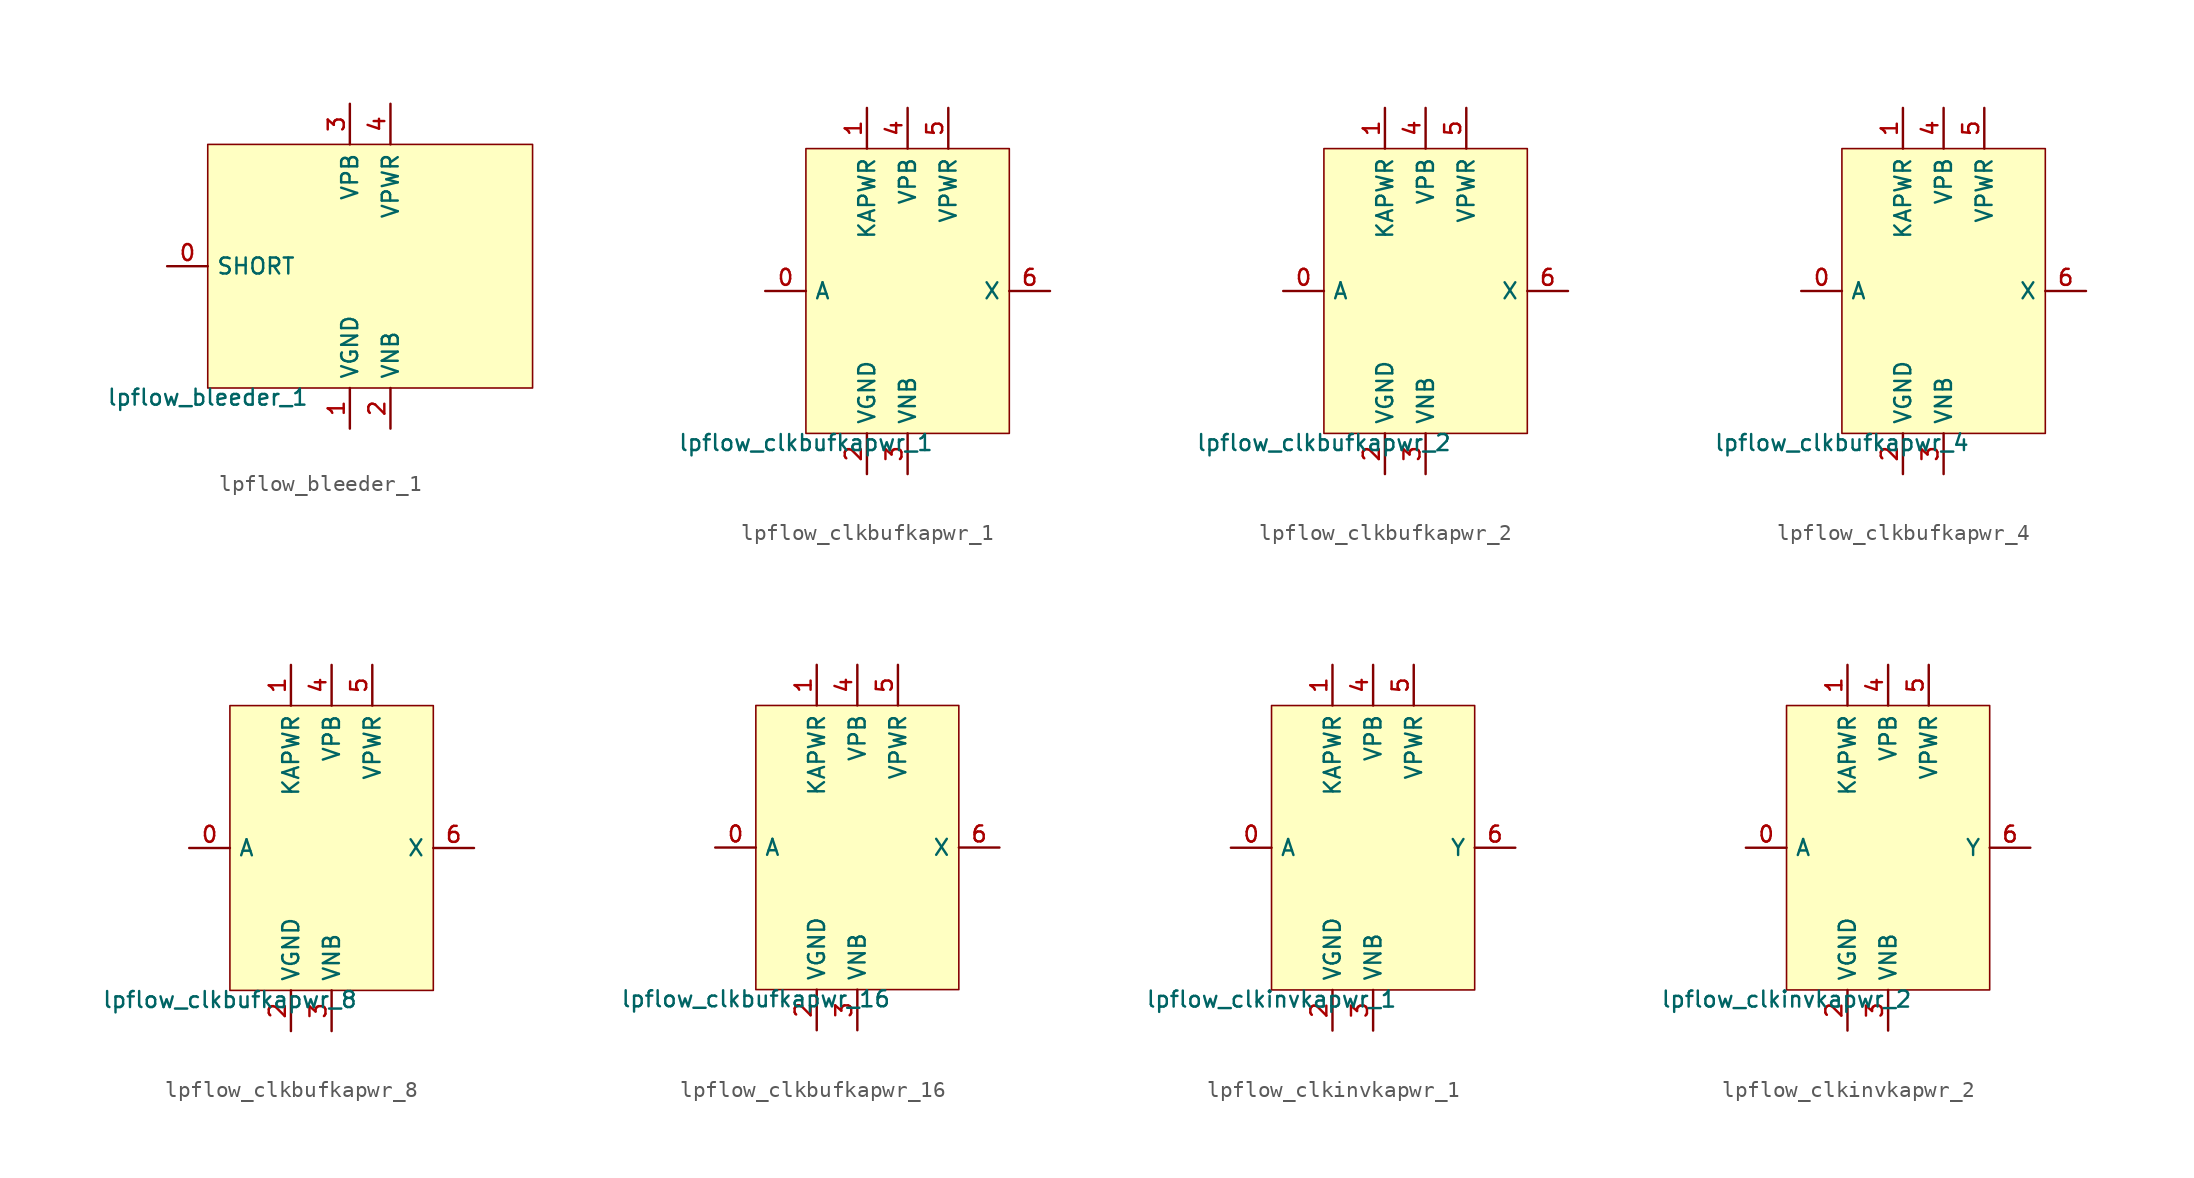
<source format=kicad_sym>
(kicad_symbol_lib
  (version 20211014)
  (generator pdk2kicad)
  (symbol "lpflow_bleeder_1"
    (property "Reference" "X"
      (at 0 0 0)
      (effects (font (size 1 1)) hide))
    (property "Value" "lpflow_bleeder_1"
      (at -10.16 -7.62 0)
      (effects (font (size 1 1)) (justify top)))
    (rectangle
      (start -10.16 -7.62)
      (end 10.16 7.62)
      (stroke (width 0.1) (type solid) (color 0 0 0 0))
      (fill (type background)))
    (pin input line
      (at -12.7 0.0 0)
      (length 2.54)
      (name "SHORT" (effects (font (size 1 1)) hide))
      (number "0" (effects (font (size 1 1)) hide)))
    (pin power_in line
      (at -1.27 -10.16 90)
      (length 2.54)
      (name "VGND" (effects (font (size 1 1)) hide))
      (number "1" (effects (font (size 1 1)) hide)))
    (pin power_in line
      (at 1.27 -10.16 90)
      (length 2.54)
      (name "VNB" (effects (font (size 1 1)) hide))
      (number "2" (effects (font (size 1 1)) hide)))
    (pin power_in line
      (at -1.27 10.16 270)
      (length 2.54)
      (name "VPB" (effects (font (size 1 1)) hide))
      (number "3" (effects (font (size 1 1)) hide)))
    (pin power_in line
      (at 1.27 10.16 270)
      (length 2.54)
      (name "VPWR" (effects (font (size 1 1)) hide))
      (number "4" (effects (font (size 1 1)) hide))))
  (symbol "lpflow_clkbufkapwr_1"
    (property "Reference" "X"
      (at 0 0 0)
      (effects (font (size 1 1)) hide))
    (property "Value" "lpflow_clkbufkapwr_1"
      (at -6.35 -8.89 0)
      (effects (font (size 1 1)) (justify top)))
    (rectangle
      (start -6.35 -8.89)
      (end 6.35 8.89)
      (stroke (width 0.1) (type solid) (color 0 0 0 0))
      (fill (type background)))
    (pin input line
      (at -8.89 8.881784197001252e-16 0)
      (length 2.54)
      (name "A" (effects (font (size 1 1)) hide))
      (number "0" (effects (font (size 1 1)) hide)))
    (pin power_in line
      (at -2.54 11.43 270)
      (length 2.54)
      (name "KAPWR" (effects (font (size 1 1)) hide))
      (number "1" (effects (font (size 1 1)) hide)))
    (pin power_in line
      (at -2.54 -11.43 90)
      (length 2.54)
      (name "VGND" (effects (font (size 1 1)) hide))
      (number "2" (effects (font (size 1 1)) hide)))
    (pin power_in line
      (at 4.440892098500626e-16 -11.43 90)
      (length 2.54)
      (name "VNB" (effects (font (size 1 1)) hide))
      (number "3" (effects (font (size 1 1)) hide)))
    (pin power_in line
      (at 4.440892098500626e-16 11.43 270)
      (length 2.54)
      (name "VPB" (effects (font (size 1 1)) hide))
      (number "4" (effects (font (size 1 1)) hide)))
    (pin power_in line
      (at 2.54 11.43 270)
      (length 2.54)
      (name "VPWR" (effects (font (size 1 1)) hide))
      (number "5" (effects (font (size 1 1)) hide)))
    (pin output line
      (at 8.89 8.881784197001252e-16 180)
      (length 2.54)
      (name "X" (effects (font (size 1 1)) hide))
      (number "6" (effects (font (size 1 1)) hide))))
  (symbol "lpflow_clkbufkapwr_2"
    (property "Reference" "X"
      (at 0 0 0)
      (effects (font (size 1 1)) hide))
    (property "Value" "lpflow_clkbufkapwr_2"
      (at -6.35 -8.89 0)
      (effects (font (size 1 1)) (justify top)))
    (rectangle
      (start -6.35 -8.89)
      (end 6.35 8.89)
      (stroke (width 0.1) (type solid) (color 0 0 0 0))
      (fill (type background)))
    (pin input line
      (at -8.89 8.881784197001252e-16 0)
      (length 2.54)
      (name "A" (effects (font (size 1 1)) hide))
      (number "0" (effects (font (size 1 1)) hide)))
    (pin power_in line
      (at -2.54 11.43 270)
      (length 2.54)
      (name "KAPWR" (effects (font (size 1 1)) hide))
      (number "1" (effects (font (size 1 1)) hide)))
    (pin power_in line
      (at -2.54 -11.43 90)
      (length 2.54)
      (name "VGND" (effects (font (size 1 1)) hide))
      (number "2" (effects (font (size 1 1)) hide)))
    (pin power_in line
      (at 4.440892098500626e-16 -11.43 90)
      (length 2.54)
      (name "VNB" (effects (font (size 1 1)) hide))
      (number "3" (effects (font (size 1 1)) hide)))
    (pin power_in line
      (at 4.440892098500626e-16 11.43 270)
      (length 2.54)
      (name "VPB" (effects (font (size 1 1)) hide))
      (number "4" (effects (font (size 1 1)) hide)))
    (pin power_in line
      (at 2.54 11.43 270)
      (length 2.54)
      (name "VPWR" (effects (font (size 1 1)) hide))
      (number "5" (effects (font (size 1 1)) hide)))
    (pin output line
      (at 8.89 8.881784197001252e-16 180)
      (length 2.54)
      (name "X" (effects (font (size 1 1)) hide))
      (number "6" (effects (font (size 1 1)) hide))))
  (symbol "lpflow_clkbufkapwr_4"
    (property "Reference" "X"
      (at 0 0 0)
      (effects (font (size 1 1)) hide))
    (property "Value" "lpflow_clkbufkapwr_4"
      (at -6.35 -8.89 0)
      (effects (font (size 1 1)) (justify top)))
    (rectangle
      (start -6.35 -8.89)
      (end 6.35 8.89)
      (stroke (width 0.1) (type solid) (color 0 0 0 0))
      (fill (type background)))
    (pin input line
      (at -8.89 8.881784197001252e-16 0)
      (length 2.54)
      (name "A" (effects (font (size 1 1)) hide))
      (number "0" (effects (font (size 1 1)) hide)))
    (pin power_in line
      (at -2.54 11.43 270)
      (length 2.54)
      (name "KAPWR" (effects (font (size 1 1)) hide))
      (number "1" (effects (font (size 1 1)) hide)))
    (pin power_in line
      (at -2.54 -11.43 90)
      (length 2.54)
      (name "VGND" (effects (font (size 1 1)) hide))
      (number "2" (effects (font (size 1 1)) hide)))
    (pin power_in line
      (at 4.440892098500626e-16 -11.43 90)
      (length 2.54)
      (name "VNB" (effects (font (size 1 1)) hide))
      (number "3" (effects (font (size 1 1)) hide)))
    (pin power_in line
      (at 4.440892098500626e-16 11.43 270)
      (length 2.54)
      (name "VPB" (effects (font (size 1 1)) hide))
      (number "4" (effects (font (size 1 1)) hide)))
    (pin power_in line
      (at 2.54 11.43 270)
      (length 2.54)
      (name "VPWR" (effects (font (size 1 1)) hide))
      (number "5" (effects (font (size 1 1)) hide)))
    (pin output line
      (at 8.89 8.881784197001252e-16 180)
      (length 2.54)
      (name "X" (effects (font (size 1 1)) hide))
      (number "6" (effects (font (size 1 1)) hide))))
  (symbol "lpflow_clkbufkapwr_8"
    (property "Reference" "X"
      (at 0 0 0)
      (effects (font (size 1 1)) hide))
    (property "Value" "lpflow_clkbufkapwr_8"
      (at -6.35 -8.89 0)
      (effects (font (size 1 1)) (justify top)))
    (rectangle
      (start -6.35 -8.89)
      (end 6.35 8.89)
      (stroke (width 0.1) (type solid) (color 0 0 0 0))
      (fill (type background)))
    (pin input line
      (at -8.89 8.881784197001252e-16 0)
      (length 2.54)
      (name "A" (effects (font (size 1 1)) hide))
      (number "0" (effects (font (size 1 1)) hide)))
    (pin power_in line
      (at -2.54 11.43 270)
      (length 2.54)
      (name "KAPWR" (effects (font (size 1 1)) hide))
      (number "1" (effects (font (size 1 1)) hide)))
    (pin power_in line
      (at -2.54 -11.43 90)
      (length 2.54)
      (name "VGND" (effects (font (size 1 1)) hide))
      (number "2" (effects (font (size 1 1)) hide)))
    (pin power_in line
      (at 4.440892098500626e-16 -11.43 90)
      (length 2.54)
      (name "VNB" (effects (font (size 1 1)) hide))
      (number "3" (effects (font (size 1 1)) hide)))
    (pin power_in line
      (at 4.440892098500626e-16 11.43 270)
      (length 2.54)
      (name "VPB" (effects (font (size 1 1)) hide))
      (number "4" (effects (font (size 1 1)) hide)))
    (pin power_in line
      (at 2.54 11.43 270)
      (length 2.54)
      (name "VPWR" (effects (font (size 1 1)) hide))
      (number "5" (effects (font (size 1 1)) hide)))
    (pin output line
      (at 8.89 8.881784197001252e-16 180)
      (length 2.54)
      (name "X" (effects (font (size 1 1)) hide))
      (number "6" (effects (font (size 1 1)) hide))))
  (symbol "lpflow_clkbufkapwr_16"
    (property "Reference" "X"
      (at 0 0 0)
      (effects (font (size 1 1)) hide))
    (property "Value" "lpflow_clkbufkapwr_16"
      (at -6.35 -8.89 0)
      (effects (font (size 1 1)) (justify top)))
    (rectangle
      (start -6.35 -8.89)
      (end 6.35 8.89)
      (stroke (width 0.1) (type solid) (color 0 0 0 0))
      (fill (type background)))
    (pin input line
      (at -8.89 8.881784197001252e-16 0)
      (length 2.54)
      (name "A" (effects (font (size 1 1)) hide))
      (number "0" (effects (font (size 1 1)) hide)))
    (pin power_in line
      (at -2.54 11.43 270)
      (length 2.54)
      (name "KAPWR" (effects (font (size 1 1)) hide))
      (number "1" (effects (font (size 1 1)) hide)))
    (pin power_in line
      (at -2.54 -11.43 90)
      (length 2.54)
      (name "VGND" (effects (font (size 1 1)) hide))
      (number "2" (effects (font (size 1 1)) hide)))
    (pin power_in line
      (at 4.440892098500626e-16 -11.43 90)
      (length 2.54)
      (name "VNB" (effects (font (size 1 1)) hide))
      (number "3" (effects (font (size 1 1)) hide)))
    (pin power_in line
      (at 4.440892098500626e-16 11.43 270)
      (length 2.54)
      (name "VPB" (effects (font (size 1 1)) hide))
      (number "4" (effects (font (size 1 1)) hide)))
    (pin power_in line
      (at 2.54 11.43 270)
      (length 2.54)
      (name "VPWR" (effects (font (size 1 1)) hide))
      (number "5" (effects (font (size 1 1)) hide)))
    (pin output line
      (at 8.89 8.881784197001252e-16 180)
      (length 2.54)
      (name "X" (effects (font (size 1 1)) hide))
      (number "6" (effects (font (size 1 1)) hide))))
  (symbol "lpflow_clkinvkapwr_1"
    (property "Reference" "X"
      (at 0 0 0)
      (effects (font (size 1 1)) hide))
    (property "Value" "lpflow_clkinvkapwr_1"
      (at -6.35 -8.89 0)
      (effects (font (size 1 1)) (justify top)))
    (rectangle
      (start -6.35 -8.89)
      (end 6.35 8.89)
      (stroke (width 0.1) (type solid) (color 0 0 0 0))
      (fill (type background)))
    (pin input line
      (at -8.89 8.881784197001252e-16 0)
      (length 2.54)
      (name "A" (effects (font (size 1 1)) hide))
      (number "0" (effects (font (size 1 1)) hide)))
    (pin power_in line
      (at -2.54 11.43 270)
      (length 2.54)
      (name "KAPWR" (effects (font (size 1 1)) hide))
      (number "1" (effects (font (size 1 1)) hide)))
    (pin power_in line
      (at -2.54 -11.43 90)
      (length 2.54)
      (name "VGND" (effects (font (size 1 1)) hide))
      (number "2" (effects (font (size 1 1)) hide)))
    (pin power_in line
      (at 4.440892098500626e-16 -11.43 90)
      (length 2.54)
      (name "VNB" (effects (font (size 1 1)) hide))
      (number "3" (effects (font (size 1 1)) hide)))
    (pin power_in line
      (at 4.440892098500626e-16 11.43 270)
      (length 2.54)
      (name "VPB" (effects (font (size 1 1)) hide))
      (number "4" (effects (font (size 1 1)) hide)))
    (pin power_in line
      (at 2.54 11.43 270)
      (length 2.54)
      (name "VPWR" (effects (font (size 1 1)) hide))
      (number "5" (effects (font (size 1 1)) hide)))
    (pin output line
      (at 8.89 8.881784197001252e-16 180)
      (length 2.54)
      (name "Y" (effects (font (size 1 1)) hide))
      (number "6" (effects (font (size 1 1)) hide))))
  (symbol "lpflow_clkinvkapwr_2"
    (property "Reference" "X"
      (at 0 0 0)
      (effects (font (size 1 1)) hide))
    (property "Value" "lpflow_clkinvkapwr_2"
      (at -6.35 -8.89 0)
      (effects (font (size 1 1)) (justify top)))
    (rectangle
      (start -6.35 -8.89)
      (end 6.35 8.89)
      (stroke (width 0.1) (type solid) (color 0 0 0 0))
      (fill (type background)))
    (pin input line
      (at -8.89 8.881784197001252e-16 0)
      (length 2.54)
      (name "A" (effects (font (size 1 1)) hide))
      (number "0" (effects (font (size 1 1)) hide)))
    (pin power_in line
      (at -2.54 11.43 270)
      (length 2.54)
      (name "KAPWR" (effects (font (size 1 1)) hide))
      (number "1" (effects (font (size 1 1)) hide)))
    (pin power_in line
      (at -2.54 -11.43 90)
      (length 2.54)
      (name "VGND" (effects (font (size 1 1)) hide))
      (number "2" (effects (font (size 1 1)) hide)))
    (pin power_in line
      (at 4.440892098500626e-16 -11.43 90)
      (length 2.54)
      (name "VNB" (effects (font (size 1 1)) hide))
      (number "3" (effects (font (size 1 1)) hide)))
    (pin power_in line
      (at 4.440892098500626e-16 11.43 270)
      (length 2.54)
      (name "VPB" (effects (font (size 1 1)) hide))
      (number "4" (effects (font (size 1 1)) hide)))
    (pin power_in line
      (at 2.54 11.43 270)
      (length 2.54)
      (name "VPWR" (effects (font (size 1 1)) hide))
      (number "5" (effects (font (size 1 1)) hide)))
    (pin output line
      (at 8.89 8.881784197001252e-16 180)
      (length 2.54)
      (name "Y" (effects (font (size 1 1)) hide))
      (number "6" (effects (font (size 1 1)) hide)))))
</source>
